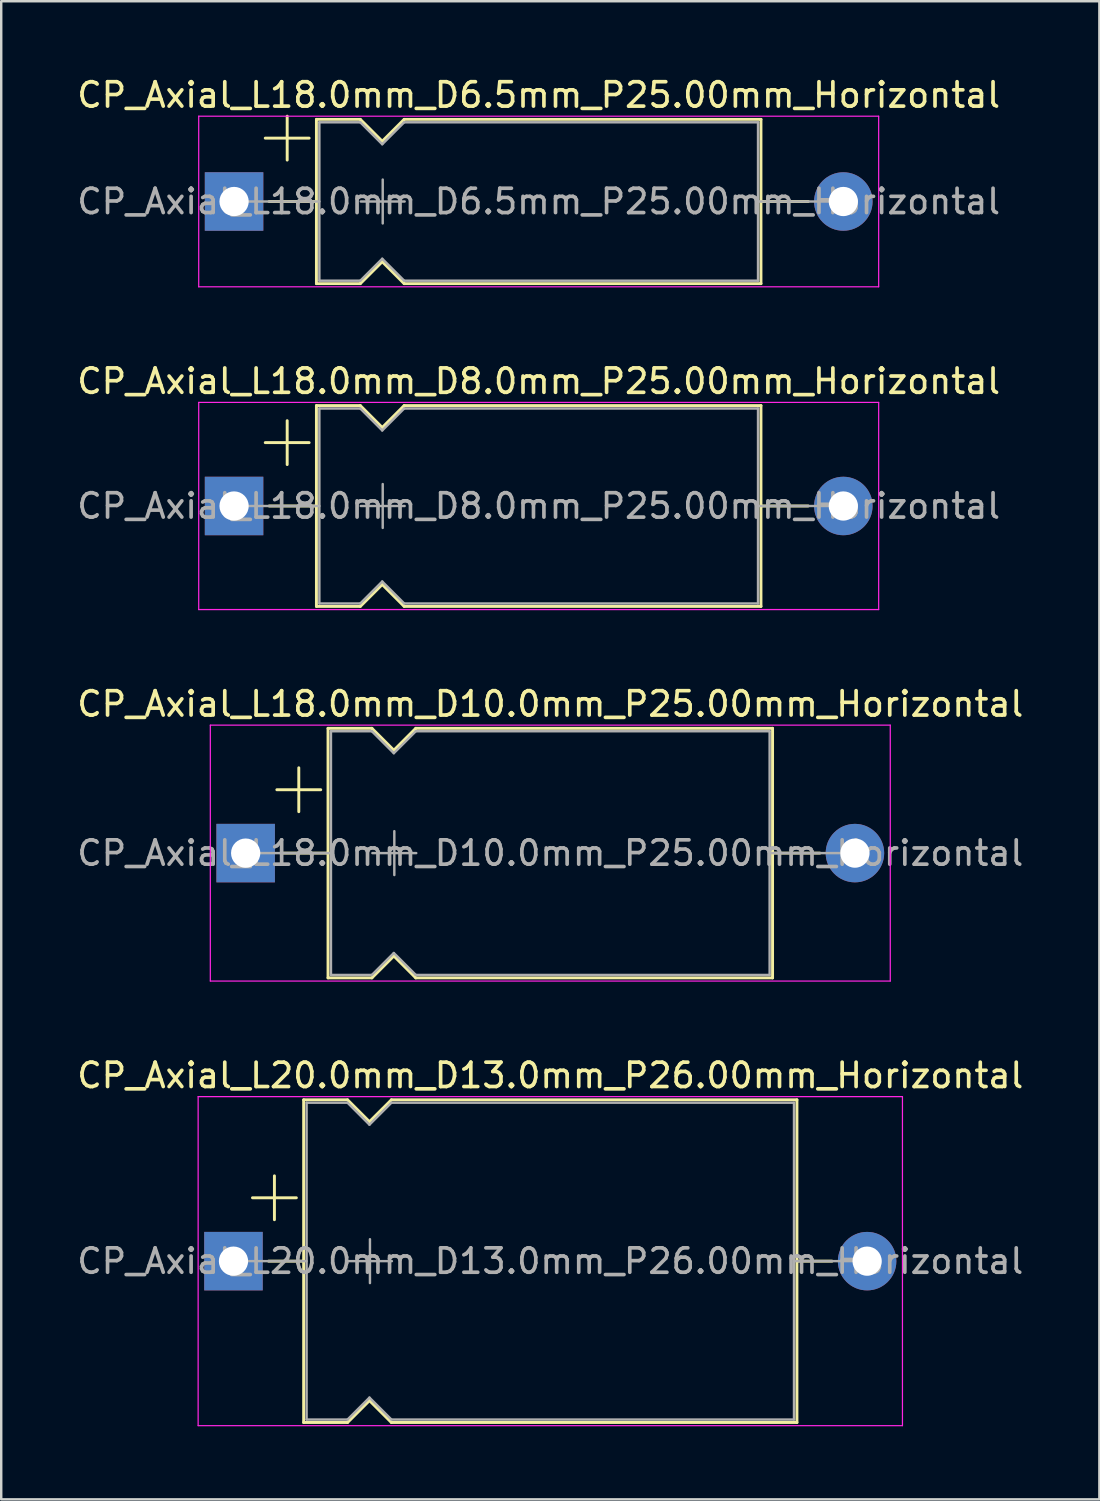
<source format=kicad_pcb>
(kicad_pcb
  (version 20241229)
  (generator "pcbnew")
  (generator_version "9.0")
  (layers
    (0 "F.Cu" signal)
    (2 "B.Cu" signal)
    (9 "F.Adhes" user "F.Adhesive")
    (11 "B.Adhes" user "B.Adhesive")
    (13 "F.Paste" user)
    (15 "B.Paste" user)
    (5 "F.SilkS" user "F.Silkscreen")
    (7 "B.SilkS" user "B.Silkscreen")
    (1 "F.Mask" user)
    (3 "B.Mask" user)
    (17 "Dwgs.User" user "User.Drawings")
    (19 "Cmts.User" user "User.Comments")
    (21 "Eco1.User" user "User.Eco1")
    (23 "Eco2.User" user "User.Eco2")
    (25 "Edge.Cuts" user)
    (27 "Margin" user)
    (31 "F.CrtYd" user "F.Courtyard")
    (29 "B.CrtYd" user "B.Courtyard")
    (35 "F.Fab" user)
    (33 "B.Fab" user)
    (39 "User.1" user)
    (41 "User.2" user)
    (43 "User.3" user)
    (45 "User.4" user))
  (footprint "CP_Axial_L18.0mm_D8.0mm_P25.00mm_Horizontal"
    (layer "F.Cu")
    (at 6.554 17.712)
    (property "Reference" "CP_Axial_L18.0mm_D8.0mm_P25.00mm_Horizontal" (at 12.5 -5.12 0) (layer "F.SilkS") (effects (font (size 1 1) (thickness 0.15))))
    (attr through_hole)
    (fp_line (start 1.28 -2.6) (end 3.08 -2.6) (stroke (width 0.12) (type solid)) (layer "F.SilkS"))
    (fp_line (start 1.44 0) (end 3.38 0) (stroke (width 0.12) (type solid)) (layer "F.SilkS"))
    (fp_line (start 2.18 -3.5) (end 2.18 -1.7) (stroke (width 0.12) (type solid)) (layer "F.SilkS"))
    (fp_line (start 3.38 -4.12) (end 3.38 4.12) (stroke (width 0.12) (type solid)) (layer "F.SilkS"))
    (fp_line (start 3.38 -4.12) (end 5.18 -4.12) (stroke (width 0.12) (type solid)) (layer "F.SilkS"))
    (fp_line (start 3.38 4.12) (end 5.18 4.12) (stroke (width 0.12) (type solid)) (layer "F.SilkS"))
    (fp_line (start 5.18 -4.12) (end 6.08 -3.22) (stroke (width 0.12) (type solid)) (layer "F.SilkS"))
    (fp_line (start 5.18 4.12) (end 6.08 3.22) (stroke (width 0.12) (type solid)) (layer "F.SilkS"))
    (fp_line (start 6.08 -3.22) (end 6.98 -4.12) (stroke (width 0.12) (type solid)) (layer "F.SilkS"))
    (fp_line (start 6.08 3.22) (end 6.98 4.12) (stroke (width 0.12) (type solid)) (layer "F.SilkS"))
    (fp_line (start 6.98 -4.12) (end 21.62 -4.12) (stroke (width 0.12) (type solid)) (layer "F.SilkS"))
    (fp_line (start 6.98 4.12) (end 21.62 4.12) (stroke (width 0.12) (type solid)) (layer "F.SilkS"))
    (fp_line (start 21.62 -4.12) (end 21.62 4.12) (stroke (width 0.12) (type solid)) (layer "F.SilkS"))
    (fp_line (start 23.56 0) (end 21.62 0) (stroke (width 0.12) (type solid)) (layer "F.SilkS"))
    (fp_line (start -1.45 -4.25) (end -1.45 4.25) (stroke (width 0.05) (type solid)) (layer "F.CrtYd"))
    (fp_line (start -1.45 4.25) (end 26.45 4.25) (stroke (width 0.05) (type solid)) (layer "F.CrtYd"))
    (fp_line (start 26.45 -4.25) (end -1.45 -4.25) (stroke (width 0.05) (type solid)) (layer "F.CrtYd"))
    (fp_line (start 26.45 4.25) (end 26.45 -4.25) (stroke (width 0.05) (type solid)) (layer "F.CrtYd"))
    (fp_line (start 0 0) (end 3.5 0) (stroke (width 0.1) (type solid)) (layer "F.Fab"))
    (fp_line (start 3.5 -4) (end 3.5 4) (stroke (width 0.1) (type solid)) (layer "F.Fab"))
    (fp_line (start 3.5 -4) (end 5.18 -4) (stroke (width 0.1) (type solid)) (layer "F.Fab"))
    (fp_line (start 3.5 4) (end 5.18 4) (stroke (width 0.1) (type solid)) (layer "F.Fab"))
    (fp_line (start 5.18 -4) (end 6.08 -3.1) (stroke (width 0.1) (type solid)) (layer "F.Fab"))
    (fp_line (start 5.18 4) (end 6.08 3.1) (stroke (width 0.1) (type solid)) (layer "F.Fab"))
    (fp_line (start 5.2 0) (end 7 0) (stroke (width 0.1) (type solid)) (layer "F.Fab"))
    (fp_line (start 6.08 -3.1) (end 6.98 -4) (stroke (width 0.1) (type solid)) (layer "F.Fab"))
    (fp_line (start 6.08 3.1) (end 6.98 4) (stroke (width 0.1) (type solid)) (layer "F.Fab"))
    (fp_line (start 6.1 -0.9) (end 6.1 0.9) (stroke (width 0.1) (type solid)) (layer "F.Fab"))
    (fp_line (start 6.98 -4) (end 21.5 -4) (stroke (width 0.1) (type solid)) (layer "F.Fab"))
    (fp_line (start 6.98 4) (end 21.5 4) (stroke (width 0.1) (type solid)) (layer "F.Fab"))
    (fp_line (start 21.5 -4) (end 21.5 4) (stroke (width 0.1) (type solid)) (layer "F.Fab"))
    (fp_line (start 25 0) (end 21.5 0) (stroke (width 0.1) (type solid)) (layer "F.Fab"))
    (fp_text user "${REFERENCE}" (at 12.5 0 0) (layer "F.Fab") (effects (font (size 1 1) (thickness 0.15))))
    (pad "1" thru_hole rect (at 0 0) (size 2.4 2.4) (drill 1.2) (layers "*.Cu" "*.Mask"))
    (pad "2" thru_hole oval (at 25 0) (size 2.4 2.4) (drill 1.2) (layers "*.Cu" "*.Mask")))
  (footprint "CP_Axial_L18.0mm_D6.5mm_P25.00mm_Horizontal"
    (layer "F.Cu")
    (at 6.554 5.218)
    (property "Reference" "CP_Axial_L18.0mm_D6.5mm_P25.00mm_Horizontal" (at 12.5 -4.37 0) (layer "F.SilkS") (effects (font (size 1 1) (thickness 0.15))))
    (attr through_hole)
    (fp_line (start 1.28 -2.6) (end 3.08 -2.6) (stroke (width 0.12) (type solid)) (layer "F.SilkS"))
    (fp_line (start 1.44 0) (end 3.38 0) (stroke (width 0.12) (type solid)) (layer "F.SilkS"))
    (fp_line (start 2.18 -3.5) (end 2.18 -1.7) (stroke (width 0.12) (type solid)) (layer "F.SilkS"))
    (fp_line (start 3.38 -3.37) (end 3.38 3.37) (stroke (width 0.12) (type solid)) (layer "F.SilkS"))
    (fp_line (start 3.38 -3.37) (end 5.18 -3.37) (stroke (width 0.12) (type solid)) (layer "F.SilkS"))
    (fp_line (start 3.38 3.37) (end 5.18 3.37) (stroke (width 0.12) (type solid)) (layer "F.SilkS"))
    (fp_line (start 5.18 -3.37) (end 6.08 -2.47) (stroke (width 0.12) (type solid)) (layer "F.SilkS"))
    (fp_line (start 5.18 3.37) (end 6.08 2.47) (stroke (width 0.12) (type solid)) (layer "F.SilkS"))
    (fp_line (start 6.08 -2.47) (end 6.98 -3.37) (stroke (width 0.12) (type solid)) (layer "F.SilkS"))
    (fp_line (start 6.08 2.47) (end 6.98 3.37) (stroke (width 0.12) (type solid)) (layer "F.SilkS"))
    (fp_line (start 6.98 -3.37) (end 21.62 -3.37) (stroke (width 0.12) (type solid)) (layer "F.SilkS"))
    (fp_line (start 6.98 3.37) (end 21.62 3.37) (stroke (width 0.12) (type solid)) (layer "F.SilkS"))
    (fp_line (start 21.62 -3.37) (end 21.62 3.37) (stroke (width 0.12) (type solid)) (layer "F.SilkS"))
    (fp_line (start 23.56 0) (end 21.62 0) (stroke (width 0.12) (type solid)) (layer "F.SilkS"))
    (fp_line (start -1.45 -3.5) (end -1.45 3.5) (stroke (width 0.05) (type solid)) (layer "F.CrtYd"))
    (fp_line (start -1.45 3.5) (end 26.45 3.5) (stroke (width 0.05) (type solid)) (layer "F.CrtYd"))
    (fp_line (start 26.45 -3.5) (end -1.45 -3.5) (stroke (width 0.05) (type solid)) (layer "F.CrtYd"))
    (fp_line (start 26.45 3.5) (end 26.45 -3.5) (stroke (width 0.05) (type solid)) (layer "F.CrtYd"))
    (fp_line (start 0 0) (end 3.5 0) (stroke (width 0.1) (type solid)) (layer "F.Fab"))
    (fp_line (start 3.5 -3.25) (end 3.5 3.25) (stroke (width 0.1) (type solid)) (layer "F.Fab"))
    (fp_line (start 3.5 -3.25) (end 5.18 -3.25) (stroke (width 0.1) (type solid)) (layer "F.Fab"))
    (fp_line (start 3.5 3.25) (end 5.18 3.25) (stroke (width 0.1) (type solid)) (layer "F.Fab"))
    (fp_line (start 5.18 -3.25) (end 6.08 -2.35) (stroke (width 0.1) (type solid)) (layer "F.Fab"))
    (fp_line (start 5.18 3.25) (end 6.08 2.35) (stroke (width 0.1) (type solid)) (layer "F.Fab"))
    (fp_line (start 5.2 0) (end 7 0) (stroke (width 0.1) (type solid)) (layer "F.Fab"))
    (fp_line (start 6.08 -2.35) (end 6.98 -3.25) (stroke (width 0.1) (type solid)) (layer "F.Fab"))
    (fp_line (start 6.08 2.35) (end 6.98 3.25) (stroke (width 0.1) (type solid)) (layer "F.Fab"))
    (fp_line (start 6.1 -0.9) (end 6.1 0.9) (stroke (width 0.1) (type solid)) (layer "F.Fab"))
    (fp_line (start 6.98 -3.25) (end 21.5 -3.25) (stroke (width 0.1) (type solid)) (layer "F.Fab"))
    (fp_line (start 6.98 3.25) (end 21.5 3.25) (stroke (width 0.1) (type solid)) (layer "F.Fab"))
    (fp_line (start 21.5 -3.25) (end 21.5 3.25) (stroke (width 0.1) (type solid)) (layer "F.Fab"))
    (fp_line (start 25 0) (end 21.5 0) (stroke (width 0.1) (type solid)) (layer "F.Fab"))
    (fp_text user "${REFERENCE}" (at 12.5 0 0) (layer "F.Fab") (effects (font (size 1 1) (thickness 0.15))))
    (pad "1" thru_hole rect (at 0 0) (size 2.4 2.4) (drill 1.2) (layers "*.Cu" "*.Mask"))
    (pad "2" thru_hole oval (at 25 0) (size 2.4 2.4) (drill 1.2) (layers "*.Cu" "*.Mask")))
  (footprint "CP_Axial_L20.0mm_D13.0mm_P26.00mm_Horizontal"
    (layer "F.Cu")
    (at 6.53 48.698)
    (property "Reference" "CP_Axial_L20.0mm_D13.0mm_P26.00mm_Horizontal" (at 13 -7.62 0) (layer "F.SilkS") (effects (font (size 1 1) (thickness 0.15))))
    (attr through_hole)
    (fp_line (start 0.78 -2.6) (end 2.58 -2.6) (stroke (width 0.12) (type solid)) (layer "F.SilkS"))
    (fp_line (start 1.44 0) (end 2.88 0) (stroke (width 0.12) (type solid)) (layer "F.SilkS"))
    (fp_line (start 1.68 -3.5) (end 1.68 -1.7) (stroke (width 0.12) (type solid)) (layer "F.SilkS"))
    (fp_line (start 2.88 -6.62) (end 2.88 6.62) (stroke (width 0.12) (type solid)) (layer "F.SilkS"))
    (fp_line (start 2.88 -6.62) (end 4.68 -6.62) (stroke (width 0.12) (type solid)) (layer "F.SilkS"))
    (fp_line (start 2.88 6.62) (end 4.68 6.62) (stroke (width 0.12) (type solid)) (layer "F.SilkS"))
    (fp_line (start 4.68 -6.62) (end 5.58 -5.72) (stroke (width 0.12) (type solid)) (layer "F.SilkS"))
    (fp_line (start 4.68 6.62) (end 5.58 5.72) (stroke (width 0.12) (type solid)) (layer "F.SilkS"))
    (fp_line (start 5.58 -5.72) (end 6.48 -6.62) (stroke (width 0.12) (type solid)) (layer "F.SilkS"))
    (fp_line (start 5.58 5.72) (end 6.48 6.62) (stroke (width 0.12) (type solid)) (layer "F.SilkS"))
    (fp_line (start 6.48 -6.62) (end 23.12 -6.62) (stroke (width 0.12) (type solid)) (layer "F.SilkS"))
    (fp_line (start 6.48 6.62) (end 23.12 6.62) (stroke (width 0.12) (type solid)) (layer "F.SilkS"))
    (fp_line (start 23.12 -6.62) (end 23.12 6.62) (stroke (width 0.12) (type solid)) (layer "F.SilkS"))
    (fp_line (start 24.56 0) (end 23.12 0) (stroke (width 0.12) (type solid)) (layer "F.SilkS"))
    (fp_line (start -1.45 -6.75) (end -1.45 6.75) (stroke (width 0.05) (type solid)) (layer "F.CrtYd"))
    (fp_line (start -1.45 6.75) (end 27.45 6.75) (stroke (width 0.05) (type solid)) (layer "F.CrtYd"))
    (fp_line (start 27.45 -6.75) (end -1.45 -6.75) (stroke (width 0.05) (type solid)) (layer "F.CrtYd"))
    (fp_line (start 27.45 6.75) (end 27.45 -6.75) (stroke (width 0.05) (type solid)) (layer "F.CrtYd"))
    (fp_line (start 0 0) (end 3 0) (stroke (width 0.1) (type solid)) (layer "F.Fab"))
    (fp_line (start 3 -6.5) (end 3 6.5) (stroke (width 0.1) (type solid)) (layer "F.Fab"))
    (fp_line (start 3 -6.5) (end 4.68 -6.5) (stroke (width 0.1) (type solid)) (layer "F.Fab"))
    (fp_line (start 3 6.5) (end 4.68 6.5) (stroke (width 0.1) (type solid)) (layer "F.Fab"))
    (fp_line (start 4.68 -6.5) (end 5.58 -5.6) (stroke (width 0.1) (type solid)) (layer "F.Fab"))
    (fp_line (start 4.68 6.5) (end 5.58 5.6) (stroke (width 0.1) (type solid)) (layer "F.Fab"))
    (fp_line (start 4.7 0) (end 6.5 0) (stroke (width 0.1) (type solid)) (layer "F.Fab"))
    (fp_line (start 5.58 -5.6) (end 6.48 -6.5) (stroke (width 0.1) (type solid)) (layer "F.Fab"))
    (fp_line (start 5.58 5.6) (end 6.48 6.5) (stroke (width 0.1) (type solid)) (layer "F.Fab"))
    (fp_line (start 5.6 -0.9) (end 5.6 0.9) (stroke (width 0.1) (type solid)) (layer "F.Fab"))
    (fp_line (start 6.48 -6.5) (end 23 -6.5) (stroke (width 0.1) (type solid)) (layer "F.Fab"))
    (fp_line (start 6.48 6.5) (end 23 6.5) (stroke (width 0.1) (type solid)) (layer "F.Fab"))
    (fp_line (start 23 -6.5) (end 23 6.5) (stroke (width 0.1) (type solid)) (layer "F.Fab"))
    (fp_line (start 26 0) (end 23 0) (stroke (width 0.1) (type solid)) (layer "F.Fab"))
    (fp_text user "${REFERENCE}" (at 13 0 0) (layer "F.Fab") (effects (font (size 1 1) (thickness 0.15))))
    (pad "1" thru_hole rect (at 0 0) (size 2.4 2.4) (drill 1.2) (layers "*.Cu" "*.Mask"))
    (pad "2" thru_hole oval (at 26 0) (size 2.4 2.4) (drill 1.2) (layers "*.Cu" "*.Mask")))
  (footprint "CP_Axial_L18.0mm_D10.0mm_P25.00mm_Horizontal"
    (layer "F.Cu")
    (at 7.03 31.955)
    (property "Reference" "CP_Axial_L18.0mm_D10.0mm_P25.00mm_Horizontal" (at 12.5 -6.12 0) (layer "F.SilkS") (effects (font (size 1 1) (thickness 0.15))))
    (attr through_hole)
    (fp_line (start 1.28 -2.6) (end 3.08 -2.6) (stroke (width 0.12) (type solid)) (layer "F.SilkS"))
    (fp_line (start 1.44 0) (end 3.38 0) (stroke (width 0.12) (type solid)) (layer "F.SilkS"))
    (fp_line (start 2.18 -3.5) (end 2.18 -1.7) (stroke (width 0.12) (type solid)) (layer "F.SilkS"))
    (fp_line (start 3.38 -5.12) (end 3.38 5.12) (stroke (width 0.12) (type solid)) (layer "F.SilkS"))
    (fp_line (start 3.38 -5.12) (end 5.18 -5.12) (stroke (width 0.12) (type solid)) (layer "F.SilkS"))
    (fp_line (start 3.38 5.12) (end 5.18 5.12) (stroke (width 0.12) (type solid)) (layer "F.SilkS"))
    (fp_line (start 5.18 -5.12) (end 6.08 -4.22) (stroke (width 0.12) (type solid)) (layer "F.SilkS"))
    (fp_line (start 5.18 5.12) (end 6.08 4.22) (stroke (width 0.12) (type solid)) (layer "F.SilkS"))
    (fp_line (start 6.08 -4.22) (end 6.98 -5.12) (stroke (width 0.12) (type solid)) (layer "F.SilkS"))
    (fp_line (start 6.08 4.22) (end 6.98 5.12) (stroke (width 0.12) (type solid)) (layer "F.SilkS"))
    (fp_line (start 6.98 -5.12) (end 21.62 -5.12) (stroke (width 0.12) (type solid)) (layer "F.SilkS"))
    (fp_line (start 6.98 5.12) (end 21.62 5.12) (stroke (width 0.12) (type solid)) (layer "F.SilkS"))
    (fp_line (start 21.62 -5.12) (end 21.62 5.12) (stroke (width 0.12) (type solid)) (layer "F.SilkS"))
    (fp_line (start 23.56 0) (end 21.62 0) (stroke (width 0.12) (type solid)) (layer "F.SilkS"))
    (fp_line (start -1.45 -5.25) (end -1.45 5.25) (stroke (width 0.05) (type solid)) (layer "F.CrtYd"))
    (fp_line (start -1.45 5.25) (end 26.45 5.25) (stroke (width 0.05) (type solid)) (layer "F.CrtYd"))
    (fp_line (start 26.45 -5.25) (end -1.45 -5.25) (stroke (width 0.05) (type solid)) (layer "F.CrtYd"))
    (fp_line (start 26.45 5.25) (end 26.45 -5.25) (stroke (width 0.05) (type solid)) (layer "F.CrtYd"))
    (fp_line (start 0 0) (end 3.5 0) (stroke (width 0.1) (type solid)) (layer "F.Fab"))
    (fp_line (start 3.5 -5) (end 3.5 5) (stroke (width 0.1) (type solid)) (layer "F.Fab"))
    (fp_line (start 3.5 -5) (end 5.18 -5) (stroke (width 0.1) (type solid)) (layer "F.Fab"))
    (fp_line (start 3.5 5) (end 5.18 5) (stroke (width 0.1) (type solid)) (layer "F.Fab"))
    (fp_line (start 5.18 -5) (end 6.08 -4.1) (stroke (width 0.1) (type solid)) (layer "F.Fab"))
    (fp_line (start 5.18 5) (end 6.08 4.1) (stroke (width 0.1) (type solid)) (layer "F.Fab"))
    (fp_line (start 5.2 0) (end 7 0) (stroke (width 0.1) (type solid)) (layer "F.Fab"))
    (fp_line (start 6.08 -4.1) (end 6.98 -5) (stroke (width 0.1) (type solid)) (layer "F.Fab"))
    (fp_line (start 6.08 4.1) (end 6.98 5) (stroke (width 0.1) (type solid)) (layer "F.Fab"))
    (fp_line (start 6.1 -0.9) (end 6.1 0.9) (stroke (width 0.1) (type solid)) (layer "F.Fab"))
    (fp_line (start 6.98 -5) (end 21.5 -5) (stroke (width 0.1) (type solid)) (layer "F.Fab"))
    (fp_line (start 6.98 5) (end 21.5 5) (stroke (width 0.1) (type solid)) (layer "F.Fab"))
    (fp_line (start 21.5 -5) (end 21.5 5) (stroke (width 0.1) (type solid)) (layer "F.Fab"))
    (fp_line (start 25 0) (end 21.5 0) (stroke (width 0.1) (type solid)) (layer "F.Fab"))
    (fp_text user "${REFERENCE}" (at 12.5 0 0) (layer "F.Fab") (effects (font (size 1 1) (thickness 0.15))))
    (pad "1" thru_hole rect (at 0 0) (size 2.4 2.4) (drill 1.2) (layers "*.Cu" "*.Mask"))
    (pad "2" thru_hole oval (at 25 0) (size 2.4 2.4) (drill 1.2) (layers "*.Cu" "*.Mask")))
  (gr_rect
    (start -3 -3)
    (end 42.06 58.473)
    (stroke (width 0.1) (type default))
    (fill no)
    (layer "Edge.Cuts")))
</source>
